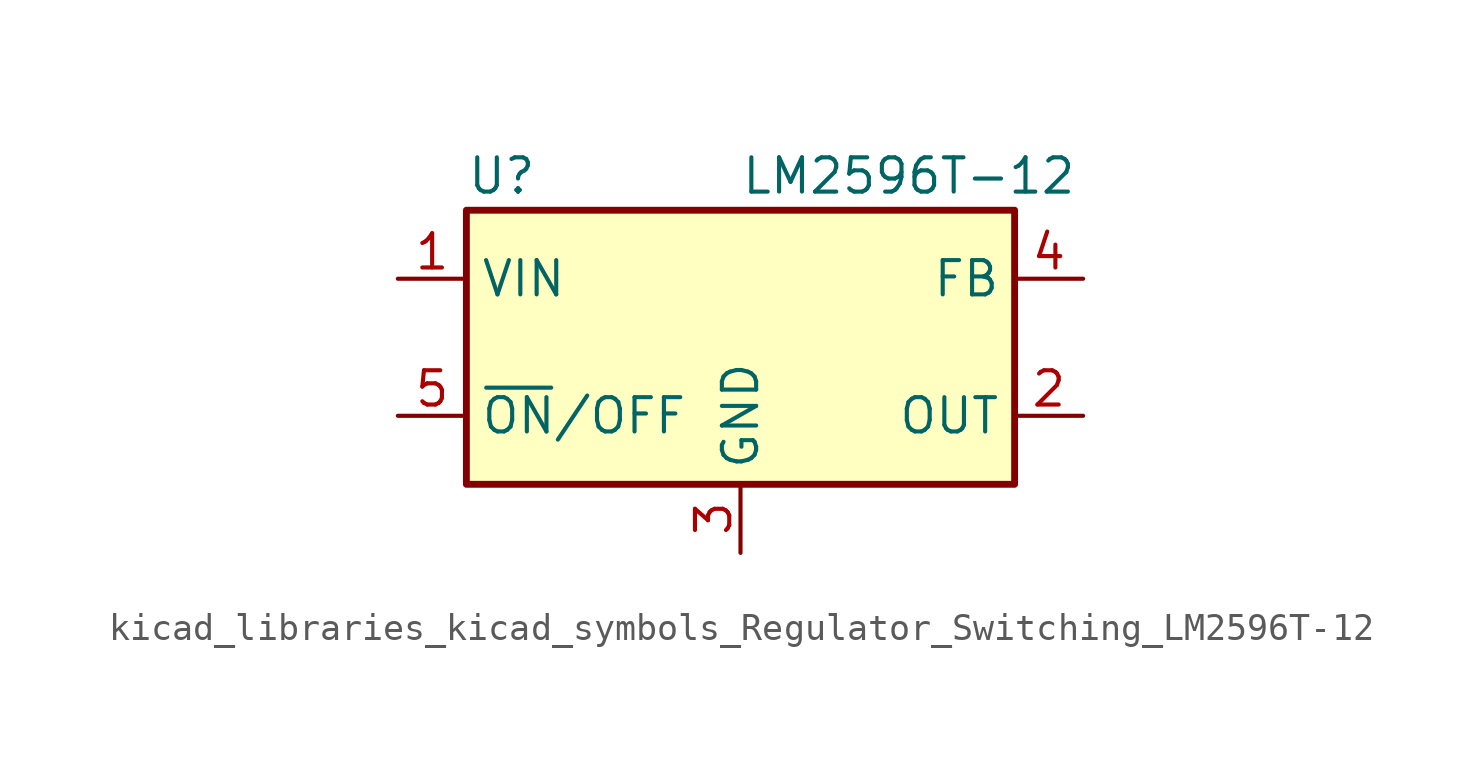
<source format=kicad_sym>
(kicad_symbol_lib
  (version 20220914)
  (generator kicad_symbol_editor)
  (symbol "kicad_libraries_kicad_symbols_Regulator_Switching_LM2596T-12"
    (property "Reference" "U"
      (at -10.16 6.35 0)
      (effects (font (size 1.27 1.27)) (justify left)))
    (property "Value" "LM2596T-12"
      (at 0 6.35 0)
      (effects (font (size 1.27 1.27)) (justify left)))
    (symbol "kicad_libraries_kicad_symbols_Regulator_Switching_LM2596T-12_0_1"
      (rectangle (start -10.16 5.08) (end 10.16 -5.08) (stroke (width 0.254) (type default)) (fill (type background))))
    (symbol "kicad_libraries_kicad_symbols_Regulator_Switching_LM2596T-12_1_1"
      (pin power_in line (at -12.7 2.54 0) (length 2.54) (name "VIN" (effects (font (size 1.27 1.27)))) (number "1" (effects (font (size 1.27 1.27)))))
      (pin output line (at 12.7 -2.54 180) (length 2.54) (name "OUT" (effects (font (size 1.27 1.27)))) (number "2" (effects (font (size 1.27 1.27)))))
      (pin power_in line (at 0 -7.62 90) (length 2.54) (name "GND" (effects (font (size 1.27 1.27)))) (number "3" (effects (font (size 1.27 1.27)))))
      (pin input line (at 12.7 2.54 180) (length 2.54) (name "FB" (effects (font (size 1.27 1.27)))) (number "4" (effects (font (size 1.27 1.27)))))
      (pin input line (at -12.7 -2.54 0) (length 2.54) (name "~{ON}/OFF" (effects (font (size 1.27 1.27)))) (number "5" (effects (font (size 1.27 1.27))))))))
</source>
